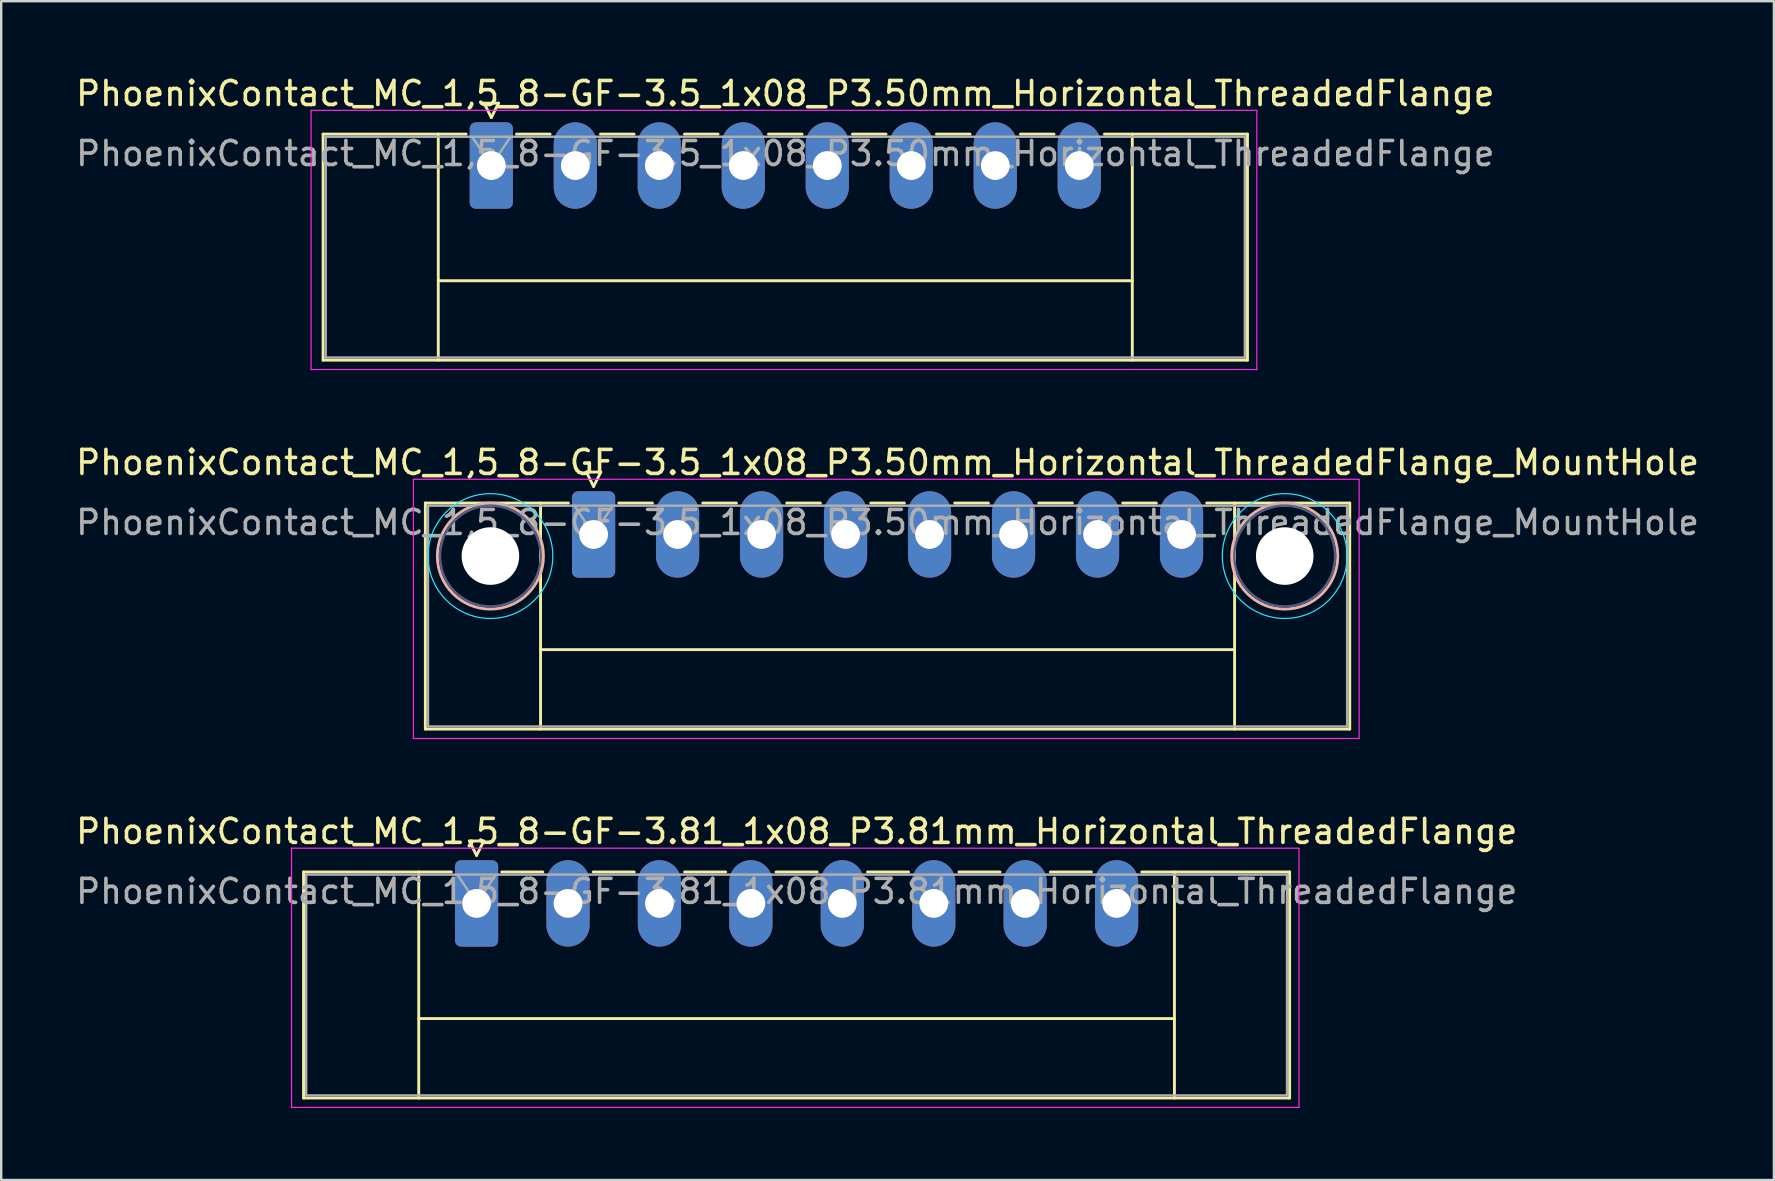
<source format=kicad_pcb>
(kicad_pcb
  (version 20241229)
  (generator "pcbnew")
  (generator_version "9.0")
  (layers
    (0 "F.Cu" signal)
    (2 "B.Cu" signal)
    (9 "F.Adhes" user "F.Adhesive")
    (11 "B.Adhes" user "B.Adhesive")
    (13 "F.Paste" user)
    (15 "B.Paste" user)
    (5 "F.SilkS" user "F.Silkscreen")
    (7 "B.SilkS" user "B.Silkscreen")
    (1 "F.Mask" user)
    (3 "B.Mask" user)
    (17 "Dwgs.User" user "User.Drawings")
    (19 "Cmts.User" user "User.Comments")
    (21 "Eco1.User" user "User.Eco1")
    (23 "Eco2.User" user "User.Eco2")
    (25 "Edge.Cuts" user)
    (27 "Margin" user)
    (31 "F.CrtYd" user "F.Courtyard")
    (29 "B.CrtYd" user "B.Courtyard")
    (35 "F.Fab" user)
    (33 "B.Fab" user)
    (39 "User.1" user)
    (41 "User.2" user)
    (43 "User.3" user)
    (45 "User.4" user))
  (footprint "PhoenixContact_MC_1,5_8-GF-3.5_1x08_P3.50mm_Horizontal_ThreadedFlange"
    (layer "F.Cu")
    (at 17.423 3.848)
    (property "Reference" "PhoenixContact_MC_1,5_8-GF-3.5_1x08_P3.50mm_Horizontal_ThreadedFlange" (at 12.25 -3 0) (layer "F.SilkS") (effects (font (size 1 1) (thickness 0.15))))
    (attr through_hole)
    (fp_line (start -7.01 -1.31) (end -7.01 8.11) (stroke (width 0.12) (type solid)) (layer "F.SilkS"))
    (fp_line (start -7.01 -1.31) (end -1.05 -1.31) (stroke (width 0.12) (type solid)) (layer "F.SilkS"))
    (fp_line (start -7.01 8.11) (end 31.51 8.11) (stroke (width 0.12) (type solid)) (layer "F.SilkS"))
    (fp_line (start -2.21 -1.31) (end -2.21 8.11) (stroke (width 0.12) (type solid)) (layer "F.SilkS"))
    (fp_line (start -2.21 4.8) (end 26.71 4.8) (stroke (width 0.12) (type solid)) (layer "F.SilkS"))
    (fp_line (start -0.3 -2.6) (end 0.3 -2.6) (stroke (width 0.12) (type solid)) (layer "F.SilkS"))
    (fp_line (start 0 -2) (end -0.3 -2.6) (stroke (width 0.12) (type solid)) (layer "F.SilkS"))
    (fp_line (start 0.3 -2.6) (end 0 -2) (stroke (width 0.12) (type solid)) (layer "F.SilkS"))
    (fp_line (start 1.05 -1.31) (end 2.45 -1.31) (stroke (width 0.12) (type solid)) (layer "F.SilkS"))
    (fp_line (start 4.55 -1.31) (end 5.95 -1.31) (stroke (width 0.12) (type solid)) (layer "F.SilkS"))
    (fp_line (start 8.05 -1.31) (end 9.45 -1.31) (stroke (width 0.12) (type solid)) (layer "F.SilkS"))
    (fp_line (start 11.55 -1.31) (end 12.95 -1.31) (stroke (width 0.12) (type solid)) (layer "F.SilkS"))
    (fp_line (start 15.05 -1.31) (end 16.45 -1.31) (stroke (width 0.12) (type solid)) (layer "F.SilkS"))
    (fp_line (start 18.55 -1.31) (end 19.95 -1.31) (stroke (width 0.12) (type solid)) (layer "F.SilkS"))
    (fp_line (start 22.05 -1.31) (end 23.45 -1.31) (stroke (width 0.12) (type solid)) (layer "F.SilkS"))
    (fp_line (start 26.71 -1.31) (end 26.71 8.11) (stroke (width 0.12) (type solid)) (layer "F.SilkS"))
    (fp_line (start 31.51 -1.31) (end 25.55 -1.31) (stroke (width 0.12) (type solid)) (layer "F.SilkS"))
    (fp_line (start 31.51 8.11) (end 31.51 -1.31) (stroke (width 0.12) (type solid)) (layer "F.SilkS"))
    (fp_line (start -7.51 -2.3) (end -7.51 8.5) (stroke (width 0.05) (type solid)) (layer "F.CrtYd"))
    (fp_line (start -7.51 8.5) (end 31.9 8.5) (stroke (width 0.05) (type solid)) (layer "F.CrtYd"))
    (fp_line (start 31.9 -2.3) (end -7.51 -2.3) (stroke (width 0.05) (type solid)) (layer "F.CrtYd"))
    (fp_line (start 31.9 8.5) (end 31.9 -2.3) (stroke (width 0.05) (type solid)) (layer "F.CrtYd"))
    (fp_line (start -6.9 -1.2) (end -6.9 8) (stroke (width 0.1) (type solid)) (layer "F.Fab"))
    (fp_line (start -6.9 8) (end 31.4 8) (stroke (width 0.1) (type solid)) (layer "F.Fab"))
    (fp_line (start 0 0) (end -0.8 -1.2) (stroke (width 0.1) (type solid)) (layer "F.Fab"))
    (fp_line (start 0.8 -1.2) (end 0 0) (stroke (width 0.1) (type solid)) (layer "F.Fab"))
    (fp_line (start 31.4 -1.2) (end -6.9 -1.2) (stroke (width 0.1) (type solid)) (layer "F.Fab"))
    (fp_line (start 31.4 8) (end 31.4 -1.2) (stroke (width 0.1) (type solid)) (layer "F.Fab"))
    (fp_text user "${REFERENCE}" (at 12.25 -0.5 0) (layer "F.Fab") (effects (font (size 1 1) (thickness 0.15))))
    (pad "1" thru_hole roundrect (at 0 0) (size 1.8 3.6) (drill 1.2) (layers "*.Cu" "*.Mask") (roundrect_rratio 0.139))
    (pad "2" thru_hole oval (at 3.5 0) (size 1.8 3.6) (drill 1.2) (layers "*.Cu" "*.Mask"))
    (pad "3" thru_hole oval (at 7 0) (size 1.8 3.6) (drill 1.2) (layers "*.Cu" "*.Mask"))
    (pad "4" thru_hole oval (at 10.5 0) (size 1.8 3.6) (drill 1.2) (layers "*.Cu" "*.Mask"))
    (pad "5" thru_hole oval (at 14 0) (size 1.8 3.6) (drill 1.2) (layers "*.Cu" "*.Mask"))
    (pad "6" thru_hole oval (at 17.5 0) (size 1.8 3.6) (drill 1.2) (layers "*.Cu" "*.Mask"))
    (pad "7" thru_hole oval (at 21 0) (size 1.8 3.6) (drill 1.2) (layers "*.Cu" "*.Mask"))
    (pad "8" thru_hole oval (at 24.5 0) (size 1.8 3.6) (drill 1.2) (layers "*.Cu" "*.Mask")))
  (footprint "PhoenixContact_MC_1,5_8-GF-3.5_1x08_P3.50mm_Horizontal_ThreadedFlange_MountHole"
    (layer "F.Cu")
    (at 21.685 19.221)
    (property "Reference" "PhoenixContact_MC_1,5_8-GF-3.5_1x08_P3.50mm_Horizontal_ThreadedFlange_MountHole" (at 12.25 -3 0) (layer "F.SilkS") (effects (font (size 1 1) (thickness 0.15))))
    (attr through_hole)
    (fp_line (start -7.01 -1.31) (end -7.01 8.11) (stroke (width 0.12) (type solid)) (layer "F.SilkS"))
    (fp_line (start -7.01 -1.31) (end -1.05 -1.31) (stroke (width 0.12) (type solid)) (layer "F.SilkS"))
    (fp_line (start -7.01 8.11) (end 31.51 8.11) (stroke (width 0.12) (type solid)) (layer "F.SilkS"))
    (fp_line (start -2.21 -1.31) (end -2.21 8.11) (stroke (width 0.12) (type solid)) (layer "F.SilkS"))
    (fp_line (start -2.21 4.8) (end 26.71 4.8) (stroke (width 0.12) (type solid)) (layer "F.SilkS"))
    (fp_line (start -0.3 -2.6) (end 0.3 -2.6) (stroke (width 0.12) (type solid)) (layer "F.SilkS"))
    (fp_line (start 0 -2) (end -0.3 -2.6) (stroke (width 0.12) (type solid)) (layer "F.SilkS"))
    (fp_line (start 0.3 -2.6) (end 0 -2) (stroke (width 0.12) (type solid)) (layer "F.SilkS"))
    (fp_line (start 1.05 -1.31) (end 2.45 -1.31) (stroke (width 0.12) (type solid)) (layer "F.SilkS"))
    (fp_line (start 4.55 -1.31) (end 5.95 -1.31) (stroke (width 0.12) (type solid)) (layer "F.SilkS"))
    (fp_line (start 8.05 -1.31) (end 9.45 -1.31) (stroke (width 0.12) (type solid)) (layer "F.SilkS"))
    (fp_line (start 11.55 -1.31) (end 12.95 -1.31) (stroke (width 0.12) (type solid)) (layer "F.SilkS"))
    (fp_line (start 15.05 -1.31) (end 16.45 -1.31) (stroke (width 0.12) (type solid)) (layer "F.SilkS"))
    (fp_line (start 18.55 -1.31) (end 19.95 -1.31) (stroke (width 0.12) (type solid)) (layer "F.SilkS"))
    (fp_line (start 22.05 -1.31) (end 23.45 -1.31) (stroke (width 0.12) (type solid)) (layer "F.SilkS"))
    (fp_line (start 26.71 -1.31) (end 26.71 8.11) (stroke (width 0.12) (type solid)) (layer "F.SilkS"))
    (fp_line (start 31.51 -1.31) (end 25.55 -1.31) (stroke (width 0.12) (type solid)) (layer "F.SilkS"))
    (fp_line (start 31.51 8.11) (end 31.51 -1.31) (stroke (width 0.12) (type solid)) (layer "F.SilkS"))
    (fp_circle (center -4.3 0.9) (end -2.09 0.9) (stroke (width 0.12) (type solid)) (fill no) (layer "B.SilkS"))
    (fp_circle (center 28.8 0.9) (end 31.01 0.9) (stroke (width 0.12) (type solid)) (fill no) (layer "B.SilkS"))
    (fp_circle (center -4.3 0.9) (end -1.7 0.9) (stroke (width 0.05) (type solid)) (fill no) (layer "B.CrtYd"))
    (fp_circle (center 28.8 0.9) (end 31.4 0.9) (stroke (width 0.05) (type solid)) (fill no) (layer "B.CrtYd"))
    (fp_line (start -7.51 -2.3) (end -7.51 8.5) (stroke (width 0.05) (type solid)) (layer "F.CrtYd"))
    (fp_line (start -7.51 8.5) (end 31.9 8.5) (stroke (width 0.05) (type solid)) (layer "F.CrtYd"))
    (fp_line (start 31.9 -2.3) (end -7.51 -2.3) (stroke (width 0.05) (type solid)) (layer "F.CrtYd"))
    (fp_line (start 31.9 8.5) (end 31.9 -2.3) (stroke (width 0.05) (type solid)) (layer "F.CrtYd"))
    (fp_circle (center -4.3 0.9) (end -2.2 0.9) (stroke (width 0.1) (type solid)) (fill no) (layer "B.Fab"))
    (fp_circle (center 28.8 0.9) (end 30.9 0.9) (stroke (width 0.1) (type solid)) (fill no) (layer "B.Fab"))
    (fp_line (start -6.9 -1.2) (end -6.9 8) (stroke (width 0.1) (type solid)) (layer "F.Fab"))
    (fp_line (start -6.9 8) (end 31.4 8) (stroke (width 0.1) (type solid)) (layer "F.Fab"))
    (fp_line (start 0 0) (end -0.8 -1.2) (stroke (width 0.1) (type solid)) (layer "F.Fab"))
    (fp_line (start 0.8 -1.2) (end 0 0) (stroke (width 0.1) (type solid)) (layer "F.Fab"))
    (fp_line (start 31.4 -1.2) (end -6.9 -1.2) (stroke (width 0.1) (type solid)) (layer "F.Fab"))
    (fp_line (start 31.4 8) (end 31.4 -1.2) (stroke (width 0.1) (type solid)) (layer "F.Fab"))
    (fp_text user "${REFERENCE}" (at 12.25 -0.5 0) (layer "F.Fab") (effects (font (size 1 1) (thickness 0.15))))
    (pad "" np_thru_hole circle (at -4.3 0.9) (size 2.4 2.4) (drill 2.4) (layers "*.Cu" "*.Mask"))
    (pad "" np_thru_hole circle (at 28.8 0.9) (size 2.4 2.4) (drill 2.4) (layers "*.Cu" "*.Mask"))
    (pad "1" thru_hole roundrect (at 0 0) (size 1.8 3.6) (drill 1.2) (layers "*.Cu" "*.Mask") (roundrect_rratio 0.139))
    (pad "2" thru_hole oval (at 3.5 0) (size 1.8 3.6) (drill 1.2) (layers "*.Cu" "*.Mask"))
    (pad "3" thru_hole oval (at 7 0) (size 1.8 3.6) (drill 1.2) (layers "*.Cu" "*.Mask"))
    (pad "4" thru_hole oval (at 10.5 0) (size 1.8 3.6) (drill 1.2) (layers "*.Cu" "*.Mask"))
    (pad "5" thru_hole oval (at 14 0) (size 1.8 3.6) (drill 1.2) (layers "*.Cu" "*.Mask"))
    (pad "6" thru_hole oval (at 17.5 0) (size 1.8 3.6) (drill 1.2) (layers "*.Cu" "*.Mask"))
    (pad "7" thru_hole oval (at 21 0) (size 1.8 3.6) (drill 1.2) (layers "*.Cu" "*.Mask"))
    (pad "8" thru_hole oval (at 24.5 0) (size 1.8 3.6) (drill 1.2) (layers "*.Cu" "*.Mask")))
  (footprint "PhoenixContact_MC_1,5_8-GF-3.81_1x08_P3.81mm_Horizontal_ThreadedFlange"
    (layer "F.Cu")
    (at 16.809 34.595)
    (property "Reference" "PhoenixContact_MC_1,5_8-GF-3.81_1x08_P3.81mm_Horizontal_ThreadedFlange" (at 13.34 -3 0) (layer "F.SilkS") (effects (font (size 1 1) (thickness 0.15))))
    (attr through_hole)
    (fp_line (start -7.21 -1.31) (end -7.21 8.11) (stroke (width 0.12) (type solid)) (layer "F.SilkS"))
    (fp_line (start -7.21 -1.31) (end -1.05 -1.31) (stroke (width 0.12) (type solid)) (layer "F.SilkS"))
    (fp_line (start -7.21 8.11) (end 33.88 8.11) (stroke (width 0.12) (type solid)) (layer "F.SilkS"))
    (fp_line (start -2.41 -1.31) (end -2.41 8.11) (stroke (width 0.12) (type solid)) (layer "F.SilkS"))
    (fp_line (start -2.41 4.8) (end 29.08 4.8) (stroke (width 0.12) (type solid)) (layer "F.SilkS"))
    (fp_line (start -0.3 -2.6) (end 0.3 -2.6) (stroke (width 0.12) (type solid)) (layer "F.SilkS"))
    (fp_line (start 0 -2) (end -0.3 -2.6) (stroke (width 0.12) (type solid)) (layer "F.SilkS"))
    (fp_line (start 0.3 -2.6) (end 0 -2) (stroke (width 0.12) (type solid)) (layer "F.SilkS"))
    (fp_line (start 1.05 -1.31) (end 2.76 -1.31) (stroke (width 0.12) (type solid)) (layer "F.SilkS"))
    (fp_line (start 4.86 -1.31) (end 6.57 -1.31) (stroke (width 0.12) (type solid)) (layer "F.SilkS"))
    (fp_line (start 8.67 -1.31) (end 10.38 -1.31) (stroke (width 0.12) (type solid)) (layer "F.SilkS"))
    (fp_line (start 12.48 -1.31) (end 14.19 -1.31) (stroke (width 0.12) (type solid)) (layer "F.SilkS"))
    (fp_line (start 16.29 -1.31) (end 18 -1.31) (stroke (width 0.12) (type solid)) (layer "F.SilkS"))
    (fp_line (start 20.1 -1.31) (end 21.81 -1.31) (stroke (width 0.12) (type solid)) (layer "F.SilkS"))
    (fp_line (start 23.91 -1.31) (end 25.62 -1.31) (stroke (width 0.12) (type solid)) (layer "F.SilkS"))
    (fp_line (start 29.08 -1.31) (end 29.08 8.11) (stroke (width 0.12) (type solid)) (layer "F.SilkS"))
    (fp_line (start 33.88 -1.31) (end 27.72 -1.31) (stroke (width 0.12) (type solid)) (layer "F.SilkS"))
    (fp_line (start 33.88 8.11) (end 33.88 -1.31) (stroke (width 0.12) (type solid)) (layer "F.SilkS"))
    (fp_line (start -7.71 -2.3) (end -7.71 8.5) (stroke (width 0.05) (type solid)) (layer "F.CrtYd"))
    (fp_line (start -7.71 8.5) (end 34.27 8.5) (stroke (width 0.05) (type solid)) (layer "F.CrtYd"))
    (fp_line (start 34.27 -2.3) (end -7.71 -2.3) (stroke (width 0.05) (type solid)) (layer "F.CrtYd"))
    (fp_line (start 34.27 8.5) (end 34.27 -2.3) (stroke (width 0.05) (type solid)) (layer "F.CrtYd"))
    (fp_line (start -7.1 -1.2) (end -7.1 8) (stroke (width 0.1) (type solid)) (layer "F.Fab"))
    (fp_line (start -7.1 8) (end 33.77 8) (stroke (width 0.1) (type solid)) (layer "F.Fab"))
    (fp_line (start 0 0) (end -0.8 -1.2) (stroke (width 0.1) (type solid)) (layer "F.Fab"))
    (fp_line (start 0.8 -1.2) (end 0 0) (stroke (width 0.1) (type solid)) (layer "F.Fab"))
    (fp_line (start 33.77 -1.2) (end -7.1 -1.2) (stroke (width 0.1) (type solid)) (layer "F.Fab"))
    (fp_line (start 33.77 8) (end 33.77 -1.2) (stroke (width 0.1) (type solid)) (layer "F.Fab"))
    (fp_text user "${REFERENCE}" (at 13.34 -0.5 0) (layer "F.Fab") (effects (font (size 1 1) (thickness 0.15))))
    (pad "1" thru_hole roundrect (at 0 0) (size 1.8 3.6) (drill 1.2) (layers "*.Cu" "*.Mask") (roundrect_rratio 0.139))
    (pad "2" thru_hole oval (at 3.81 0) (size 1.8 3.6) (drill 1.2) (layers "*.Cu" "*.Mask"))
    (pad "3" thru_hole oval (at 7.62 0) (size 1.8 3.6) (drill 1.2) (layers "*.Cu" "*.Mask"))
    (pad "4" thru_hole oval (at 11.43 0) (size 1.8 3.6) (drill 1.2) (layers "*.Cu" "*.Mask"))
    (pad "5" thru_hole oval (at 15.24 0) (size 1.8 3.6) (drill 1.2) (layers "*.Cu" "*.Mask"))
    (pad "6" thru_hole oval (at 19.05 0) (size 1.8 3.6) (drill 1.2) (layers "*.Cu" "*.Mask"))
    (pad "7" thru_hole oval (at 22.86 0) (size 1.8 3.6) (drill 1.2) (layers "*.Cu" "*.Mask"))
    (pad "8" thru_hole oval (at 26.67 0) (size 1.8 3.6) (drill 1.2) (layers "*.Cu" "*.Mask")))
  (gr_rect
    (start -3 -3)
    (end 70.869 46.12)
    (stroke (width 0.1) (type default))
    (fill no)
    (layer "Edge.Cuts")))
</source>
